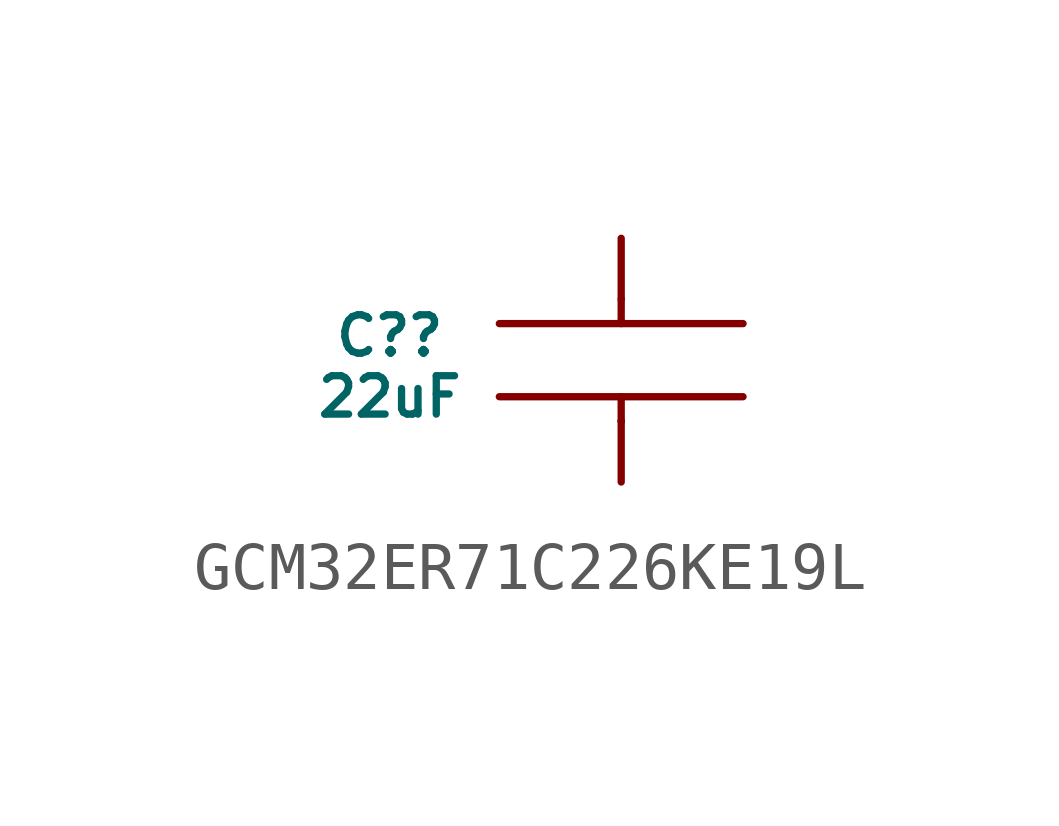
<source format=kicad_sym>
(kicad_symbol_lib
  (version 20231120)
  (generator "kicad_symbol_editor")
  (generator_version "8.0")
  (symbol "GCM32ER71C226KE19L"
    (pin_numbers hide)
    (pin_names hide)
    (property "Reference" "C?"
      (at -4.826 0.508 0)
      (do_not_autoplace)
      (effects (font (size 0.8 0.8))))
    (property "Value" "22uF"
      (at -4.826 -0.762 0)
      (do_not_autoplace)
      (effects (font (size 0.8 0.8))))
    (symbol "GCM32ER71C226KE19L_0_1"
      (polyline (pts (xy 0 -1.27) (xy 0 -1.27)) (stroke (width 0) (type default)) (fill (type none)))
      (polyline (pts (xy 0 -1.27) (xy 0 -0.762)) (stroke (width 0) (type default)) (fill (type none)))
      (polyline (pts (xy 0 0.762) (xy 0 1.27)) (stroke (width 0) (type default)) (fill (type none))))
    (symbol "GCM32ER71C226KE19L_1_0"
      (pin passive line (at 0 -2.54 90) (length 1.27) (name "" (effects (font (size 0.8 0.8)))) (number "1" (effects (font (size 0.8 0.8)))))
      (pin passive line (at 0 2.54 270) (length 1.27) (name "" (effects (font (size 0.8 0.8)))) (number "2" (effects (font (size 0.8 0.8))))))
    (symbol "GCM32ER71C226KE19L_1_1"
      (polyline (pts (xy -2.54 -0.762) (xy 2.54 -0.762)) (stroke (width 0) (type solid)) (fill (type none)))
      (polyline (pts (xy -2.54 0.762) (xy 2.54 0.762)) (stroke (width 0) (type solid)) (fill (type none))))))
</source>
